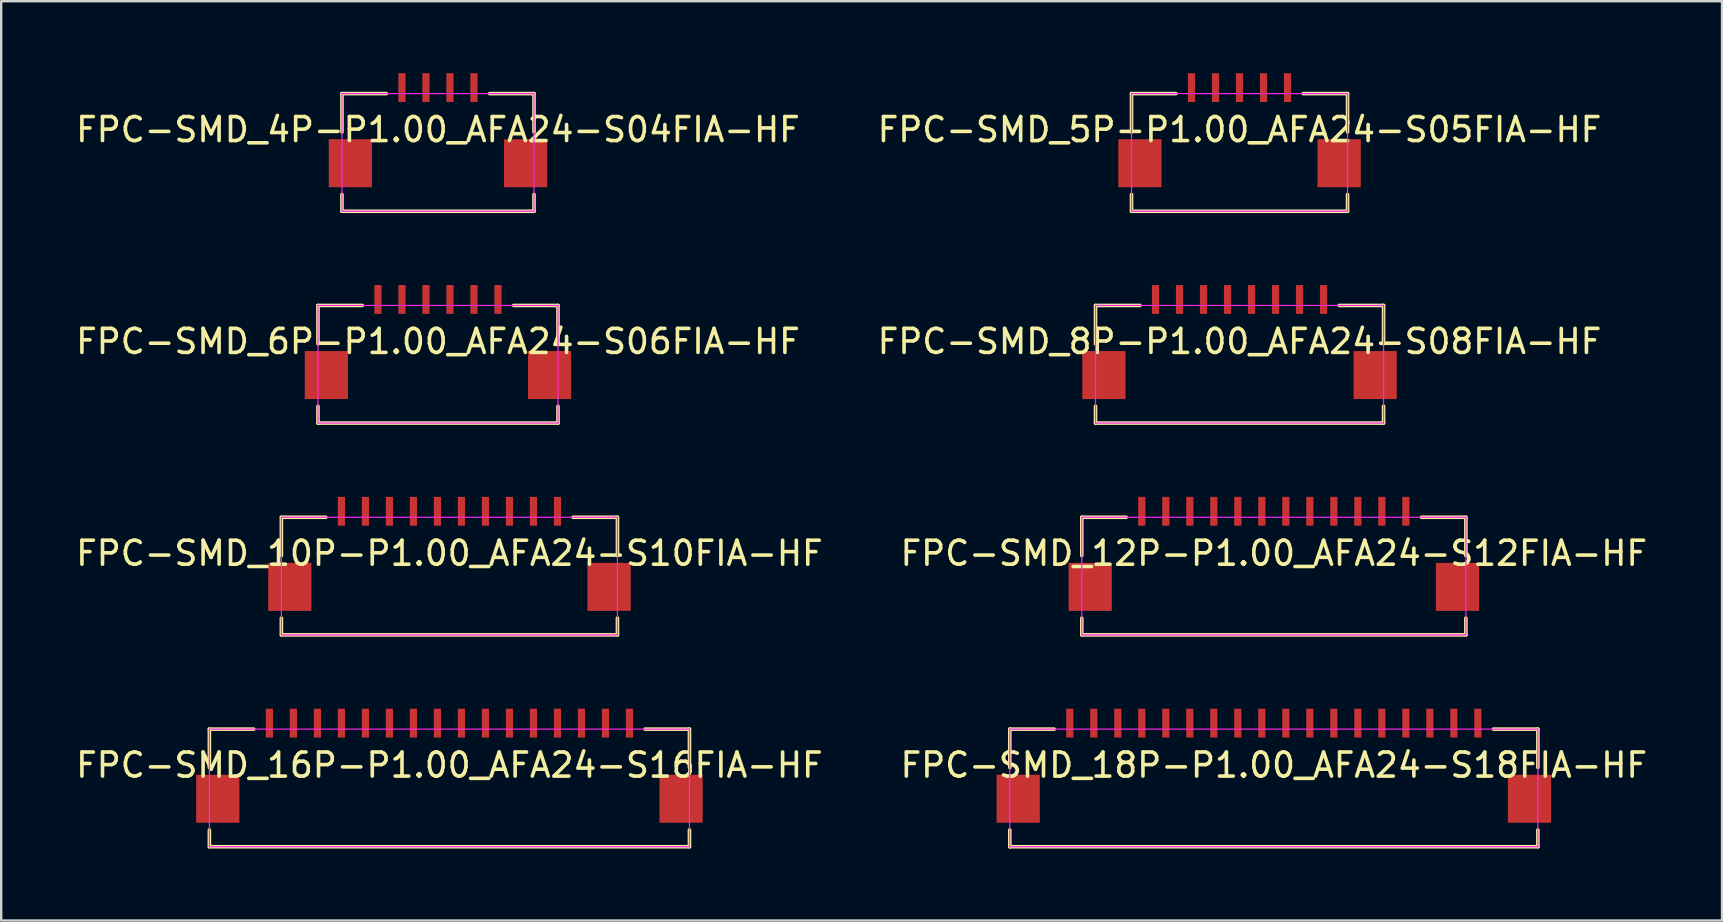
<source format=kicad_pcb>
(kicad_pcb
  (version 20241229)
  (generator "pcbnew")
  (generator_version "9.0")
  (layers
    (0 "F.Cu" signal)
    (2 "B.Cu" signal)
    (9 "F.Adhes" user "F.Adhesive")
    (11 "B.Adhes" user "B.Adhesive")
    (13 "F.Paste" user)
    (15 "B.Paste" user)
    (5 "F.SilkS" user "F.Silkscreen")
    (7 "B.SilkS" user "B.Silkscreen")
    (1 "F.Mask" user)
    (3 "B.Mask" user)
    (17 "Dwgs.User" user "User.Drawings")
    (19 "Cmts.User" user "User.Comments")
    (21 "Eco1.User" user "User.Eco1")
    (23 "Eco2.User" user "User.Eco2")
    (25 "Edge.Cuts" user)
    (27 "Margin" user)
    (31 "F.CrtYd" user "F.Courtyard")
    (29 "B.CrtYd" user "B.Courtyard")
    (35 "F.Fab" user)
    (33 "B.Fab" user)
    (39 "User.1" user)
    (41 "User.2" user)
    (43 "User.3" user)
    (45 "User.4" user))
  (footprint "FPC-SMD_8P-P1.00_AFA24-S08FIA-HF"
    (layer "F.Cu")
    (at 48.589 9.425)
    (property "Reference" "FPC-SMD_8P-P1.00_AFA24-S08FIA-HF" (at 0 1.75 0) (unlocked yes) (layer "F.SilkS") (effects (font (size 1 1) (thickness 0.15))))
    (fp_line (start -6 0.25) (end -6 1.85) (stroke (width 0.15) (type default)) (layer "F.SilkS"))
    (fp_line (start -6 0.25) (end -4.15 0.25) (stroke (width 0.15) (type default)) (layer "F.SilkS"))
    (fp_line (start -6 4.45) (end -6 5.15) (stroke (width 0.15) (type default)) (layer "F.SilkS"))
    (fp_line (start -6 5.15) (end 6 5.15) (stroke (width 0.15) (type default)) (layer "F.SilkS"))
    (fp_line (start 6 0.25) (end 4.15 0.25) (stroke (width 0.15) (type default)) (layer "F.SilkS"))
    (fp_line (start 6 0.25) (end 6 1.85) (stroke (width 0.15) (type default)) (layer "F.SilkS"))
    (fp_line (start 6 4.45) (end 6 5.15) (stroke (width 0.15) (type default)) (layer "F.SilkS"))
    (fp_line (start -6 0.25) (end -6 5.15) (stroke (width 0.05) (type default)) (layer "F.CrtYd"))
    (fp_line (start -6 0.25) (end 6 0.25) (stroke (width 0.05) (type default)) (layer "F.CrtYd"))
    (fp_line (start -6 5.15) (end 6 5.15) (stroke (width 0.05) (type default)) (layer "F.CrtYd"))
    (fp_line (start 6 0.25) (end 6 5.15) (stroke (width 0.05) (type default)) (layer "F.CrtYd"))
    (pad "0" smd rect (at -5.65 3.15) (size 1.8 2) (layers "F.Cu" "F.Mask" "F.Paste"))
    (pad "0" smd rect (at 5.65 3.15) (size 1.8 2) (layers "F.Cu" "F.Mask" "F.Paste"))
    (pad "1" smd rect (at -3.5 0) (size 0.3 1.2) (layers "F.Cu" "F.Mask" "F.Paste"))
    (pad "2" smd rect (at -2.5 0) (size 0.3 1.2) (layers "F.Cu" "F.Mask" "F.Paste"))
    (pad "3" smd rect (at -1.5 0) (size 0.3 1.2) (layers "F.Cu" "F.Mask" "F.Paste"))
    (pad "4" smd rect (at -0.5 0) (size 0.3 1.2) (layers "F.Cu" "F.Mask" "F.Paste"))
    (pad "5" smd rect (at 0.5 0) (size 0.3 1.2) (layers "F.Cu" "F.Mask" "F.Paste"))
    (pad "6" smd rect (at 1.5 0) (size 0.3 1.2) (layers "F.Cu" "F.Mask" "F.Paste"))
    (pad "7" smd rect (at 2.5 0) (size 0.3 1.2) (layers "F.Cu" "F.Mask" "F.Paste"))
    (pad "8" smd rect (at 3.5 0) (size 0.3 1.2) (layers "F.Cu" "F.Mask" "F.Paste")))
  (footprint "FPC-SMD_12P-P1.00_AFA24-S12FIA-HF"
    (layer "F.Cu")
    (at 50.018 18.25)
    (property "Reference" "FPC-SMD_12P-P1.00_AFA24-S12FIA-HF" (at 0 1.75 0) (unlocked yes) (layer "F.SilkS") (effects (font (size 1 1) (thickness 0.15))))
    (fp_line (start -8 0.25) (end -8 1.85) (stroke (width 0.15) (type default)) (layer "F.SilkS"))
    (fp_line (start -8 0.25) (end -6.15 0.25) (stroke (width 0.15) (type default)) (layer "F.SilkS"))
    (fp_line (start -8 4.45) (end -8 5.15) (stroke (width 0.15) (type default)) (layer "F.SilkS"))
    (fp_line (start -8 5.15) (end 8 5.15) (stroke (width 0.15) (type default)) (layer "F.SilkS"))
    (fp_line (start 8 0.25) (end 6.15 0.25) (stroke (width 0.15) (type default)) (layer "F.SilkS"))
    (fp_line (start 8 0.25) (end 8 1.85) (stroke (width 0.15) (type default)) (layer "F.SilkS"))
    (fp_line (start 8 4.45) (end 8 5.15) (stroke (width 0.15) (type default)) (layer "F.SilkS"))
    (fp_line (start -8 0.25) (end -8 5.15) (stroke (width 0.05) (type default)) (layer "F.CrtYd"))
    (fp_line (start -8 0.25) (end 8 0.25) (stroke (width 0.05) (type default)) (layer "F.CrtYd"))
    (fp_line (start -8 5.15) (end 8 5.15) (stroke (width 0.05) (type default)) (layer "F.CrtYd"))
    (fp_line (start 8 0.25) (end 8 5.15) (stroke (width 0.05) (type default)) (layer "F.CrtYd"))
    (pad "0" smd rect (at -7.65 3.15) (size 1.8 2) (layers "F.Cu" "F.Mask" "F.Paste"))
    (pad "0" smd rect (at 7.65 3.15) (size 1.8 2) (layers "F.Cu" "F.Mask" "F.Paste"))
    (pad "1" smd rect (at -5.5 0) (size 0.3 1.2) (layers "F.Cu" "F.Mask" "F.Paste"))
    (pad "2" smd rect (at -4.5 0) (size 0.3 1.2) (layers "F.Cu" "F.Mask" "F.Paste"))
    (pad "3" smd rect (at -3.5 0) (size 0.3 1.2) (layers "F.Cu" "F.Mask" "F.Paste"))
    (pad "4" smd rect (at -2.5 0) (size 0.3 1.2) (layers "F.Cu" "F.Mask" "F.Paste"))
    (pad "5" smd rect (at -1.5 0) (size 0.3 1.2) (layers "F.Cu" "F.Mask" "F.Paste"))
    (pad "6" smd rect (at -0.5 0) (size 0.3 1.2) (layers "F.Cu" "F.Mask" "F.Paste"))
    (pad "7" smd rect (at 0.5 0) (size 0.3 1.2) (layers "F.Cu" "F.Mask" "F.Paste"))
    (pad "8" smd rect (at 1.5 0) (size 0.3 1.2) (layers "F.Cu" "F.Mask" "F.Paste"))
    (pad "9" smd rect (at 2.5 0) (size 0.3 1.2) (layers "F.Cu" "F.Mask" "F.Paste"))
    (pad "10" smd rect (at 3.5 0) (size 0.3 1.2) (layers "F.Cu" "F.Mask" "F.Paste"))
    (pad "11" smd rect (at 4.5 0) (size 0.3 1.2) (layers "F.Cu" "F.Mask" "F.Paste"))
    (pad "12" smd rect (at 5.5 0) (size 0.3 1.2) (layers "F.Cu" "F.Mask" "F.Paste")))
  (footprint "FPC-SMD_4P-P1.00_AFA24-S04FIA-HF"
    (layer "F.Cu")
    (at 15.196 0.6)
    (property "Reference" "FPC-SMD_4P-P1.00_AFA24-S04FIA-HF" (at 0 1.75 0) (unlocked yes) (layer "F.SilkS") (effects (font (size 1 1) (thickness 0.15))))
    (fp_line (start -4 0.25) (end -4 1.85) (stroke (width 0.15) (type default)) (layer "F.SilkS"))
    (fp_line (start -4 0.25) (end -2.15 0.25) (stroke (width 0.15) (type default)) (layer "F.SilkS"))
    (fp_line (start -4 4.45) (end -4 5.15) (stroke (width 0.15) (type default)) (layer "F.SilkS"))
    (fp_line (start -4 5.15) (end 4 5.15) (stroke (width 0.15) (type default)) (layer "F.SilkS"))
    (fp_line (start 4 0.25) (end 2.15 0.25) (stroke (width 0.15) (type default)) (layer "F.SilkS"))
    (fp_line (start 4 0.25) (end 4 1.85) (stroke (width 0.15) (type default)) (layer "F.SilkS"))
    (fp_line (start 4 4.45) (end 4 5.15) (stroke (width 0.15) (type default)) (layer "F.SilkS"))
    (fp_line (start -4 0.25) (end -4 5.15) (stroke (width 0.05) (type default)) (layer "F.CrtYd"))
    (fp_line (start -4 0.25) (end 4 0.25) (stroke (width 0.05) (type default)) (layer "F.CrtYd"))
    (fp_line (start -4 5.15) (end 4 5.15) (stroke (width 0.05) (type default)) (layer "F.CrtYd"))
    (fp_line (start 4 0.25) (end 4 5.15) (stroke (width 0.05) (type default)) (layer "F.CrtYd"))
    (pad "0" smd rect (at -3.65 3.15) (size 1.8 2) (layers "F.Cu" "F.Mask" "F.Paste"))
    (pad "0" smd rect (at 3.65 3.15) (size 1.8 2) (layers "F.Cu" "F.Mask" "F.Paste"))
    (pad "1" smd rect (at -1.5 0) (size 0.3 1.2) (layers "F.Cu" "F.Mask" "F.Paste"))
    (pad "2" smd rect (at -0.5 0) (size 0.3 1.2) (layers "F.Cu" "F.Mask" "F.Paste"))
    (pad "3" smd rect (at 0.5 0) (size 0.3 1.2) (layers "F.Cu" "F.Mask" "F.Paste"))
    (pad "4" smd rect (at 1.5 0) (size 0.3 1.2) (layers "F.Cu" "F.Mask" "F.Paste")))
  (footprint "FPC-SMD_6P-P1.00_AFA24-S06FIA-HF"
    (layer "F.Cu")
    (at 15.196 9.425)
    (property "Reference" "FPC-SMD_6P-P1.00_AFA24-S06FIA-HF" (at 0 1.75 0) (unlocked yes) (layer "F.SilkS") (effects (font (size 1 1) (thickness 0.15))))
    (fp_line (start -5 0.25) (end -5 1.85) (stroke (width 0.15) (type default)) (layer "F.SilkS"))
    (fp_line (start -5 0.25) (end -3.15 0.25) (stroke (width 0.15) (type default)) (layer "F.SilkS"))
    (fp_line (start -5 4.45) (end -5 5.15) (stroke (width 0.15) (type default)) (layer "F.SilkS"))
    (fp_line (start -5 5.15) (end 5 5.15) (stroke (width 0.15) (type default)) (layer "F.SilkS"))
    (fp_line (start 5 0.25) (end 3.15 0.25) (stroke (width 0.15) (type default)) (layer "F.SilkS"))
    (fp_line (start 5 0.25) (end 5 1.85) (stroke (width 0.15) (type default)) (layer "F.SilkS"))
    (fp_line (start 5 4.45) (end 5 5.15) (stroke (width 0.15) (type default)) (layer "F.SilkS"))
    (fp_line (start -5 0.25) (end -5 5.15) (stroke (width 0.05) (type default)) (layer "F.CrtYd"))
    (fp_line (start -5 0.25) (end 5 0.25) (stroke (width 0.05) (type default)) (layer "F.CrtYd"))
    (fp_line (start -5 5.15) (end 5 5.15) (stroke (width 0.05) (type default)) (layer "F.CrtYd"))
    (fp_line (start 5 0.25) (end 5 5.15) (stroke (width 0.05) (type default)) (layer "F.CrtYd"))
    (pad "0" smd rect (at -4.65 3.15) (size 1.8 2) (layers "F.Cu" "F.Mask" "F.Paste"))
    (pad "0" smd rect (at 4.65 3.15) (size 1.8 2) (layers "F.Cu" "F.Mask" "F.Paste"))
    (pad "1" smd rect (at -2.5 0) (size 0.3 1.2) (layers "F.Cu" "F.Mask" "F.Paste"))
    (pad "2" smd rect (at -1.5 0) (size 0.3 1.2) (layers "F.Cu" "F.Mask" "F.Paste"))
    (pad "3" smd rect (at -0.5 0) (size 0.3 1.2) (layers "F.Cu" "F.Mask" "F.Paste"))
    (pad "4" smd rect (at 0.5 0) (size 0.3 1.2) (layers "F.Cu" "F.Mask" "F.Paste"))
    (pad "5" smd rect (at 1.5 0) (size 0.3 1.2) (layers "F.Cu" "F.Mask" "F.Paste"))
    (pad "6" smd rect (at 2.5 0) (size 0.3 1.2) (layers "F.Cu" "F.Mask" "F.Paste")))
  (footprint "FPC-SMD_5P-P1.00_AFA24-S05FIA-HF"
    (layer "F.Cu")
    (at 48.589 0.6)
    (property "Reference" "FPC-SMD_5P-P1.00_AFA24-S05FIA-HF" (at 0 1.75 0) (unlocked yes) (layer "F.SilkS") (effects (font (size 1 1) (thickness 0.15))))
    (fp_line (start -4.5 0.25) (end -4.5 1.85) (stroke (width 0.15) (type default)) (layer "F.SilkS"))
    (fp_line (start -4.5 0.25) (end -2.65 0.25) (stroke (width 0.15) (type default)) (layer "F.SilkS"))
    (fp_line (start -4.5 4.45) (end -4.5 5.15) (stroke (width 0.15) (type default)) (layer "F.SilkS"))
    (fp_line (start -4.5 5.15) (end 4.5 5.15) (stroke (width 0.15) (type default)) (layer "F.SilkS"))
    (fp_line (start 4.5 0.25) (end 2.65 0.25) (stroke (width 0.15) (type default)) (layer "F.SilkS"))
    (fp_line (start 4.5 0.25) (end 4.5 1.85) (stroke (width 0.15) (type default)) (layer "F.SilkS"))
    (fp_line (start 4.5 4.45) (end 4.5 5.15) (stroke (width 0.15) (type default)) (layer "F.SilkS"))
    (fp_line (start -4.5 0.25) (end -4.5 5.15) (stroke (width 0.05) (type default)) (layer "F.CrtYd"))
    (fp_line (start -4.5 0.25) (end 4.5 0.25) (stroke (width 0.05) (type default)) (layer "F.CrtYd"))
    (fp_line (start -4.5 5.15) (end 4.5 5.15) (stroke (width 0.05) (type default)) (layer "F.CrtYd"))
    (fp_line (start 4.5 0.25) (end 4.5 5.15) (stroke (width 0.05) (type default)) (layer "F.CrtYd"))
    (pad "0" smd rect (at -4.15 3.15) (size 1.8 2) (layers "F.Cu" "F.Mask" "F.Paste"))
    (pad "0" smd rect (at 4.15 3.15) (size 1.8 2) (layers "F.Cu" "F.Mask" "F.Paste"))
    (pad "1" smd rect (at -2 0) (size 0.3 1.2) (layers "F.Cu" "F.Mask" "F.Paste"))
    (pad "2" smd rect (at -1 0) (size 0.3 1.2) (layers "F.Cu" "F.Mask" "F.Paste"))
    (pad "3" smd rect (at 0 0) (size 0.3 1.2) (layers "F.Cu" "F.Mask" "F.Paste"))
    (pad "4" smd rect (at 1 0) (size 0.3 1.2) (layers "F.Cu" "F.Mask" "F.Paste"))
    (pad "5" smd rect (at 2 0) (size 0.3 1.2) (layers "F.Cu" "F.Mask" "F.Paste")))
  (footprint "FPC-SMD_18P-P1.00_AFA24-S18FIA-HF"
    (layer "F.Cu")
    (at 50.018 27.075)
    (property "Reference" "FPC-SMD_18P-P1.00_AFA24-S18FIA-HF" (at 0 1.75 0) (unlocked yes) (layer "F.SilkS") (effects (font (size 1 1) (thickness 0.15))))
    (fp_line (start -11 0.25) (end -11 1.85) (stroke (width 0.15) (type default)) (layer "F.SilkS"))
    (fp_line (start -11 0.25) (end -9.15 0.25) (stroke (width 0.15) (type default)) (layer "F.SilkS"))
    (fp_line (start -11 4.45) (end -11 5.15) (stroke (width 0.15) (type default)) (layer "F.SilkS"))
    (fp_line (start -11 5.15) (end 11 5.15) (stroke (width 0.15) (type default)) (layer "F.SilkS"))
    (fp_line (start 11 0.25) (end 9.15 0.25) (stroke (width 0.15) (type default)) (layer "F.SilkS"))
    (fp_line (start 11 0.25) (end 11 1.85) (stroke (width 0.15) (type default)) (layer "F.SilkS"))
    (fp_line (start 11 4.45) (end 11 5.15) (stroke (width 0.15) (type default)) (layer "F.SilkS"))
    (fp_line (start -11 0.25) (end -11 5.15) (stroke (width 0.05) (type default)) (layer "F.CrtYd"))
    (fp_line (start -11 0.25) (end 11 0.25) (stroke (width 0.05) (type default)) (layer "F.CrtYd"))
    (fp_line (start -11 5.15) (end 11 5.15) (stroke (width 0.05) (type default)) (layer "F.CrtYd"))
    (fp_line (start 11 0.25) (end 11 5.15) (stroke (width 0.05) (type default)) (layer "F.CrtYd"))
    (pad "0" smd rect (at -10.65 3.15) (size 1.8 2) (layers "F.Cu" "F.Mask" "F.Paste"))
    (pad "0" smd rect (at 10.65 3.15) (size 1.8 2) (layers "F.Cu" "F.Mask" "F.Paste"))
    (pad "1" smd rect (at -8.5 0) (size 0.3 1.2) (layers "F.Cu" "F.Mask" "F.Paste"))
    (pad "2" smd rect (at -7.5 0) (size 0.3 1.2) (layers "F.Cu" "F.Mask" "F.Paste"))
    (pad "3" smd rect (at -6.5 0) (size 0.3 1.2) (layers "F.Cu" "F.Mask" "F.Paste"))
    (pad "4" smd rect (at -5.5 0) (size 0.3 1.2) (layers "F.Cu" "F.Mask" "F.Paste"))
    (pad "5" smd rect (at -4.5 0) (size 0.3 1.2) (layers "F.Cu" "F.Mask" "F.Paste"))
    (pad "6" smd rect (at -3.5 0) (size 0.3 1.2) (layers "F.Cu" "F.Mask" "F.Paste"))
    (pad "7" smd rect (at -2.5 0) (size 0.3 1.2) (layers "F.Cu" "F.Mask" "F.Paste"))
    (pad "8" smd rect (at -1.5 0) (size 0.3 1.2) (layers "F.Cu" "F.Mask" "F.Paste"))
    (pad "9" smd rect (at -0.5 0) (size 0.3 1.2) (layers "F.Cu" "F.Mask" "F.Paste"))
    (pad "10" smd rect (at 0.5 0) (size 0.3 1.2) (layers "F.Cu" "F.Mask" "F.Paste"))
    (pad "11" smd rect (at 1.5 0) (size 0.3 1.2) (layers "F.Cu" "F.Mask" "F.Paste"))
    (pad "12" smd rect (at 2.5 0) (size 0.3 1.2) (layers "F.Cu" "F.Mask" "F.Paste"))
    (pad "13" smd rect (at 3.5 0) (size 0.3 1.2) (layers "F.Cu" "F.Mask" "F.Paste"))
    (pad "14" smd rect (at 4.5 0) (size 0.3 1.2) (layers "F.Cu" "F.Mask" "F.Paste"))
    (pad "15" smd rect (at 5.5 0) (size 0.3 1.2) (layers "F.Cu" "F.Mask" "F.Paste"))
    (pad "16" smd rect (at 6.5 0) (size 0.3 1.2) (layers "F.Cu" "F.Mask" "F.Paste"))
    (pad "17" smd rect (at 7.5 0) (size 0.3 1.2) (layers "F.Cu" "F.Mask" "F.Paste"))
    (pad "18" smd rect (at 8.5 0) (size 0.3 1.2) (layers "F.Cu" "F.Mask" "F.Paste")))
  (footprint "FPC-SMD_16P-P1.00_AFA24-S16FIA-HF"
    (layer "F.Cu")
    (at 15.673 27.075)
    (property "Reference" "FPC-SMD_16P-P1.00_AFA24-S16FIA-HF" (at 0 1.75 0) (unlocked yes) (layer "F.SilkS") (effects (font (size 1 1) (thickness 0.15))))
    (fp_line (start -10 0.25) (end -10 1.85) (stroke (width 0.15) (type default)) (layer "F.SilkS"))
    (fp_line (start -10 0.25) (end -8.15 0.25) (stroke (width 0.15) (type default)) (layer "F.SilkS"))
    (fp_line (start -10 4.45) (end -10 5.15) (stroke (width 0.15) (type default)) (layer "F.SilkS"))
    (fp_line (start -10 5.15) (end 10 5.15) (stroke (width 0.15) (type default)) (layer "F.SilkS"))
    (fp_line (start 10 0.25) (end 8.15 0.25) (stroke (width 0.15) (type default)) (layer "F.SilkS"))
    (fp_line (start 10 0.25) (end 10 1.85) (stroke (width 0.15) (type default)) (layer "F.SilkS"))
    (fp_line (start 10 4.45) (end 10 5.15) (stroke (width 0.15) (type default)) (layer "F.SilkS"))
    (fp_line (start -10 0.25) (end -10 5.15) (stroke (width 0.05) (type default)) (layer "F.CrtYd"))
    (fp_line (start -10 0.25) (end 10 0.25) (stroke (width 0.05) (type default)) (layer "F.CrtYd"))
    (fp_line (start -10 5.15) (end 10 5.15) (stroke (width 0.05) (type default)) (layer "F.CrtYd"))
    (fp_line (start 10 0.25) (end 10 5.15) (stroke (width 0.05) (type default)) (layer "F.CrtYd"))
    (pad "0" smd rect (at -9.65 3.15) (size 1.8 2) (layers "F.Cu" "F.Mask" "F.Paste"))
    (pad "0" smd rect (at 9.65 3.15) (size 1.8 2) (layers "F.Cu" "F.Mask" "F.Paste"))
    (pad "1" smd rect (at -7.5 0) (size 0.3 1.2) (layers "F.Cu" "F.Mask" "F.Paste"))
    (pad "2" smd rect (at -6.5 0) (size 0.3 1.2) (layers "F.Cu" "F.Mask" "F.Paste"))
    (pad "3" smd rect (at -5.5 0) (size 0.3 1.2) (layers "F.Cu" "F.Mask" "F.Paste"))
    (pad "4" smd rect (at -4.5 0) (size 0.3 1.2) (layers "F.Cu" "F.Mask" "F.Paste"))
    (pad "5" smd rect (at -3.5 0) (size 0.3 1.2) (layers "F.Cu" "F.Mask" "F.Paste"))
    (pad "6" smd rect (at -2.5 0) (size 0.3 1.2) (layers "F.Cu" "F.Mask" "F.Paste"))
    (pad "7" smd rect (at -1.5 0) (size 0.3 1.2) (layers "F.Cu" "F.Mask" "F.Paste"))
    (pad "8" smd rect (at -0.5 0) (size 0.3 1.2) (layers "F.Cu" "F.Mask" "F.Paste"))
    (pad "9" smd rect (at 0.5 0) (size 0.3 1.2) (layers "F.Cu" "F.Mask" "F.Paste"))
    (pad "10" smd rect (at 1.5 0) (size 0.3 1.2) (layers "F.Cu" "F.Mask" "F.Paste"))
    (pad "11" smd rect (at 2.5 0) (size 0.3 1.2) (layers "F.Cu" "F.Mask" "F.Paste"))
    (pad "12" smd rect (at 3.5 0) (size 0.3 1.2) (layers "F.Cu" "F.Mask" "F.Paste"))
    (pad "13" smd rect (at 4.5 0) (size 0.3 1.2) (layers "F.Cu" "F.Mask" "F.Paste"))
    (pad "14" smd rect (at 5.5 0) (size 0.3 1.2) (layers "F.Cu" "F.Mask" "F.Paste"))
    (pad "15" smd rect (at 6.5 0) (size 0.3 1.2) (layers "F.Cu" "F.Mask" "F.Paste"))
    (pad "16" smd rect (at 7.5 0) (size 0.3 1.2) (layers "F.Cu" "F.Mask" "F.Paste")))
  (footprint "FPC-SMD_10P-P1.00_AFA24-S10FIA-HF"
    (layer "F.Cu")
    (at 15.673 18.25)
    (property "Reference" "FPC-SMD_10P-P1.00_AFA24-S10FIA-HF" (at 0 1.75 0) (unlocked yes) (layer "F.SilkS") (effects (font (size 1 1) (thickness 0.15))))
    (fp_line (start -7 0.25) (end -7 1.85) (stroke (width 0.15) (type default)) (layer "F.SilkS"))
    (fp_line (start -7 0.25) (end -5.15 0.25) (stroke (width 0.15) (type default)) (layer "F.SilkS"))
    (fp_line (start -7 4.45) (end -7 5.15) (stroke (width 0.15) (type default)) (layer "F.SilkS"))
    (fp_line (start -7 5.15) (end 7 5.15) (stroke (width 0.15) (type default)) (layer "F.SilkS"))
    (fp_line (start 7 0.25) (end 5.15 0.25) (stroke (width 0.15) (type default)) (layer "F.SilkS"))
    (fp_line (start 7 0.25) (end 7 1.85) (stroke (width 0.15) (type default)) (layer "F.SilkS"))
    (fp_line (start 7 4.45) (end 7 5.15) (stroke (width 0.15) (type default)) (layer "F.SilkS"))
    (fp_line (start -7 0.25) (end -7 5.15) (stroke (width 0.05) (type default)) (layer "F.CrtYd"))
    (fp_line (start -7 0.25) (end 7 0.25) (stroke (width 0.05) (type default)) (layer "F.CrtYd"))
    (fp_line (start -7 5.15) (end 7 5.15) (stroke (width 0.05) (type default)) (layer "F.CrtYd"))
    (fp_line (start 7 0.25) (end 7 5.15) (stroke (width 0.05) (type default)) (layer "F.CrtYd"))
    (pad "0" smd rect (at -6.65 3.15) (size 1.8 2) (layers "F.Cu" "F.Mask" "F.Paste"))
    (pad "0" smd rect (at 6.65 3.15) (size 1.8 2) (layers "F.Cu" "F.Mask" "F.Paste"))
    (pad "1" smd rect (at -4.5 0) (size 0.3 1.2) (layers "F.Cu" "F.Mask" "F.Paste"))
    (pad "2" smd rect (at -3.5 0) (size 0.3 1.2) (layers "F.Cu" "F.Mask" "F.Paste"))
    (pad "3" smd rect (at -2.5 0) (size 0.3 1.2) (layers "F.Cu" "F.Mask" "F.Paste"))
    (pad "4" smd rect (at -1.5 0) (size 0.3 1.2) (layers "F.Cu" "F.Mask" "F.Paste"))
    (pad "5" smd rect (at -0.5 0) (size 0.3 1.2) (layers "F.Cu" "F.Mask" "F.Paste"))
    (pad "6" smd rect (at 0.5 0) (size 0.3 1.2) (layers "F.Cu" "F.Mask" "F.Paste"))
    (pad "7" smd rect (at 1.5 0) (size 0.3 1.2) (layers "F.Cu" "F.Mask" "F.Paste"))
    (pad "8" smd rect (at 2.5 0) (size 0.3 1.2) (layers "F.Cu" "F.Mask" "F.Paste"))
    (pad "9" smd rect (at 3.5 0) (size 0.3 1.2) (layers "F.Cu" "F.Mask" "F.Paste"))
    (pad "10" smd rect (at 4.5 0) (size 0.3 1.2) (layers "F.Cu" "F.Mask" "F.Paste")))
  (gr_rect
    (start -3 -3)
    (end 68.69 35.3)
    (stroke (width 0.1) (type default))
    (fill no)
    (layer "Edge.Cuts")))
</source>
